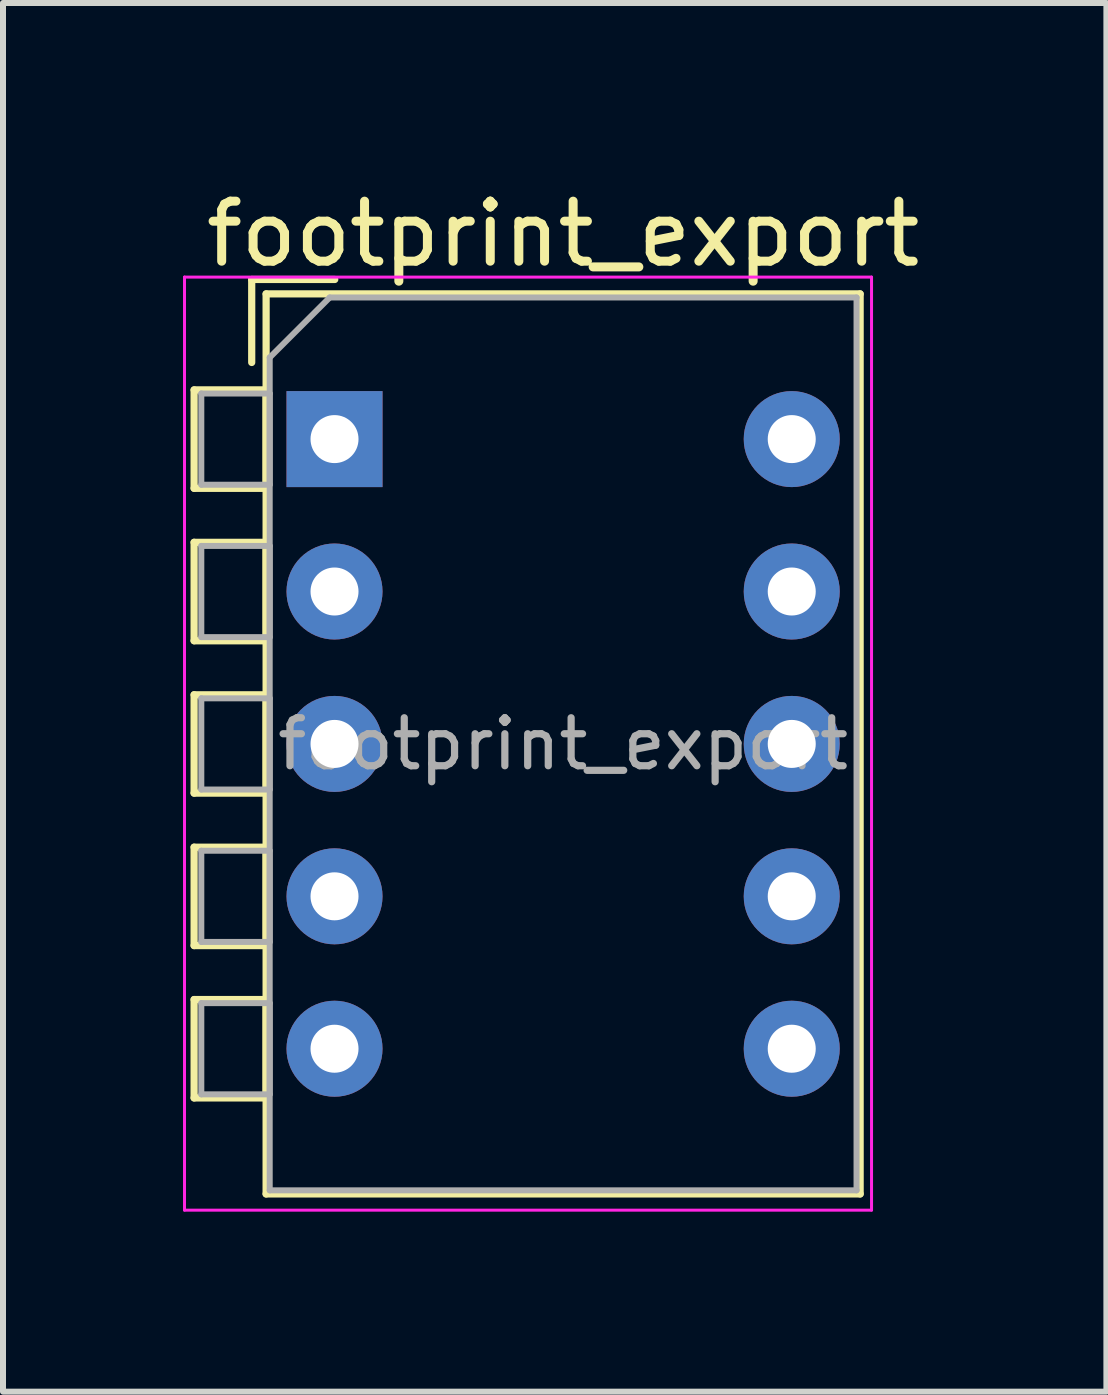
<source format=kicad_pcb>
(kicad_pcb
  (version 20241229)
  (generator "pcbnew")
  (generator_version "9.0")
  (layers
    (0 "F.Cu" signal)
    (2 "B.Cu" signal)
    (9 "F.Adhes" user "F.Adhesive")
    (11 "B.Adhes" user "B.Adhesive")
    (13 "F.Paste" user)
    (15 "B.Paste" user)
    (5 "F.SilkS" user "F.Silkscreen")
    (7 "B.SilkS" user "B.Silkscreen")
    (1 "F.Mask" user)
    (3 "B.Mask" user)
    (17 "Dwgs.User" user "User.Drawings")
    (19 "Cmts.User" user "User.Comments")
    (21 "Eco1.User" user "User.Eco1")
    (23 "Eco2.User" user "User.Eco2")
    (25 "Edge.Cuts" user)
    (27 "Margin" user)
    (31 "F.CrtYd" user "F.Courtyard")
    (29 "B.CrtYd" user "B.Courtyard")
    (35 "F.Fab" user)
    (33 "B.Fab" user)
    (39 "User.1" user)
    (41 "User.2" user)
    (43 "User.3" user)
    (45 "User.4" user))
  (footprint "footprint_export"
    (layer "F.Cu")
    (at 2.525 4.268)
    (property "Reference" "footprint_export" (at 3.81 -3.42 0) (layer "F.SilkS") (effects (font (size 1 1) (thickness 0.15))))
    (attr through_hole)
    (fp_line (start -2.34 -0.82) (end -2.34 0.82) (stroke (width 0.12) (type solid)) (layer "F.SilkS"))
    (fp_line (start -2.34 -0.82) (end -1.14 -0.82) (stroke (width 0.12) (type solid)) (layer "F.SilkS"))
    (fp_line (start -2.34 0.82) (end -1.14 0.82) (stroke (width 0.12) (type solid)) (layer "F.SilkS"))
    (fp_line (start -2.34 1.72) (end -2.34 3.361) (stroke (width 0.12) (type solid)) (layer "F.SilkS"))
    (fp_line (start -2.34 1.72) (end -1.14 1.72) (stroke (width 0.12) (type solid)) (layer "F.SilkS"))
    (fp_line (start -2.34 3.361) (end -1.14 3.361) (stroke (width 0.12) (type solid)) (layer "F.SilkS"))
    (fp_line (start -2.34 4.261) (end -2.34 5.9) (stroke (width 0.12) (type solid)) (layer "F.SilkS"))
    (fp_line (start -2.34 4.261) (end -1.14 4.261) (stroke (width 0.12) (type solid)) (layer "F.SilkS"))
    (fp_line (start -2.34 5.9) (end -1.14 5.9) (stroke (width 0.12) (type solid)) (layer "F.SilkS"))
    (fp_line (start -2.34 6.801) (end -2.34 8.441) (stroke (width 0.12) (type solid)) (layer "F.SilkS"))
    (fp_line (start -2.34 6.801) (end -1.14 6.801) (stroke (width 0.12) (type solid)) (layer "F.SilkS"))
    (fp_line (start -2.34 8.441) (end -1.14 8.441) (stroke (width 0.12) (type solid)) (layer "F.SilkS"))
    (fp_line (start -2.34 9.34) (end -2.34 10.98) (stroke (width 0.12) (type solid)) (layer "F.SilkS"))
    (fp_line (start -2.34 9.34) (end -1.14 9.34) (stroke (width 0.12) (type solid)) (layer "F.SilkS"))
    (fp_line (start -2.34 10.98) (end -1.14 10.98) (stroke (width 0.12) (type solid)) (layer "F.SilkS"))
    (fp_line (start -1.38 -2.66) (end -1.38 -1.277) (stroke (width 0.12) (type solid)) (layer "F.SilkS"))
    (fp_line (start -1.38 -2.66) (end 0.004 -2.66) (stroke (width 0.12) (type solid)) (layer "F.SilkS"))
    (fp_line (start -1.14 -2.42) (end -1.14 12.58) (stroke (width 0.12) (type solid)) (layer "F.SilkS"))
    (fp_line (start -1.14 -2.42) (end 8.76 -2.42) (stroke (width 0.12) (type solid)) (layer "F.SilkS"))
    (fp_line (start -1.14 -0.82) (end -1.14 0.82) (stroke (width 0.12) (type solid)) (layer "F.SilkS"))
    (fp_line (start -1.14 1.72) (end -1.14 3.361) (stroke (width 0.12) (type solid)) (layer "F.SilkS"))
    (fp_line (start -1.14 4.261) (end -1.14 5.9) (stroke (width 0.12) (type solid)) (layer "F.SilkS"))
    (fp_line (start -1.14 6.801) (end -1.14 8.441) (stroke (width 0.12) (type solid)) (layer "F.SilkS"))
    (fp_line (start -1.14 9.34) (end -1.14 10.98) (stroke (width 0.12) (type solid)) (layer "F.SilkS"))
    (fp_line (start -1.14 12.58) (end 8.76 12.58) (stroke (width 0.12) (type solid)) (layer "F.SilkS"))
    (fp_line (start 8.76 -2.42) (end 8.76 12.58) (stroke (width 0.12) (type solid)) (layer "F.SilkS"))
    (fp_line (start -2.5 -2.7) (end -2.5 12.85) (stroke (width 0.05) (type solid)) (layer "F.CrtYd"))
    (fp_line (start -2.5 12.85) (end 8.95 12.85) (stroke (width 0.05) (type solid)) (layer "F.CrtYd"))
    (fp_line (start 8.95 -2.7) (end -2.5 -2.7) (stroke (width 0.05) (type solid)) (layer "F.CrtYd"))
    (fp_line (start 8.95 12.85) (end 8.95 -2.7) (stroke (width 0.05) (type solid)) (layer "F.CrtYd"))
    (fp_line (start -2.22 -0.76) (end -1.08 -0.76) (stroke (width 0.1) (type solid)) (layer "F.Fab"))
    (fp_line (start -2.22 0.76) (end -2.22 -0.76) (stroke (width 0.1) (type solid)) (layer "F.Fab"))
    (fp_line (start -2.22 1.78) (end -1.08 1.78) (stroke (width 0.1) (type solid)) (layer "F.Fab"))
    (fp_line (start -2.22 3.3) (end -2.22 1.78) (stroke (width 0.1) (type solid)) (layer "F.Fab"))
    (fp_line (start -2.22 4.32) (end -1.08 4.32) (stroke (width 0.1) (type solid)) (layer "F.Fab"))
    (fp_line (start -2.22 5.84) (end -2.22 4.32) (stroke (width 0.1) (type solid)) (layer "F.Fab"))
    (fp_line (start -2.22 6.86) (end -1.08 6.86) (stroke (width 0.1) (type solid)) (layer "F.Fab"))
    (fp_line (start -2.22 8.38) (end -2.22 6.86) (stroke (width 0.1) (type solid)) (layer "F.Fab"))
    (fp_line (start -2.22 9.4) (end -1.08 9.4) (stroke (width 0.1) (type solid)) (layer "F.Fab"))
    (fp_line (start -2.22 10.92) (end -2.22 9.4) (stroke (width 0.1) (type solid)) (layer "F.Fab"))
    (fp_line (start -1.08 -1.36) (end -0.08 -2.36) (stroke (width 0.1) (type solid)) (layer "F.Fab"))
    (fp_line (start -1.08 -0.76) (end -1.08 0.76) (stroke (width 0.1) (type solid)) (layer "F.Fab"))
    (fp_line (start -1.08 0.76) (end -2.22 0.76) (stroke (width 0.1) (type solid)) (layer "F.Fab"))
    (fp_line (start -1.08 1.78) (end -1.08 3.3) (stroke (width 0.1) (type solid)) (layer "F.Fab"))
    (fp_line (start -1.08 3.3) (end -2.22 3.3) (stroke (width 0.1) (type solid)) (layer "F.Fab"))
    (fp_line (start -1.08 4.32) (end -1.08 5.84) (stroke (width 0.1) (type solid)) (layer "F.Fab"))
    (fp_line (start -1.08 5.84) (end -2.22 5.84) (stroke (width 0.1) (type solid)) (layer "F.Fab"))
    (fp_line (start -1.08 6.86) (end -1.08 8.38) (stroke (width 0.1) (type solid)) (layer "F.Fab"))
    (fp_line (start -1.08 8.38) (end -2.22 8.38) (stroke (width 0.1) (type solid)) (layer "F.Fab"))
    (fp_line (start -1.08 9.4) (end -1.08 10.92) (stroke (width 0.1) (type solid)) (layer "F.Fab"))
    (fp_line (start -1.08 10.92) (end -2.22 10.92) (stroke (width 0.1) (type solid)) (layer "F.Fab"))
    (fp_line (start -1.08 12.52) (end -1.08 -1.36) (stroke (width 0.1) (type solid)) (layer "F.Fab"))
    (fp_line (start -0.08 -2.36) (end 8.7 -2.36) (stroke (width 0.1) (type solid)) (layer "F.Fab"))
    (fp_line (start 8.7 -2.36) (end 8.7 12.52) (stroke (width 0.1) (type solid)) (layer "F.Fab"))
    (fp_line (start 8.7 12.52) (end -1.08 12.52) (stroke (width 0.1) (type solid)) (layer "F.Fab"))
    (fp_text user "${REFERENCE}" (at 3.81 5.08 0) (layer "F.Fab") (effects (font (size 0.8 0.8) (thickness 0.12))))
    (pad "1" thru_hole rect (at 0 0) (size 1.6 1.6) (drill 0.8) (layers "*.Cu" "*.Mask"))
    (pad "2" thru_hole oval (at 0 2.54) (size 1.6 1.6) (drill 0.8) (layers "*.Cu" "*.Mask"))
    (pad "3" thru_hole oval (at 0 5.08) (size 1.6 1.6) (drill 0.8) (layers "*.Cu" "*.Mask"))
    (pad "4" thru_hole oval (at 0 7.62) (size 1.6 1.6) (drill 0.8) (layers "*.Cu" "*.Mask"))
    (pad "5" thru_hole oval (at 0 10.16) (size 1.6 1.6) (drill 0.8) (layers "*.Cu" "*.Mask"))
    (pad "6" thru_hole oval (at 7.62 10.16) (size 1.6 1.6) (drill 0.8) (layers "*.Cu" "*.Mask"))
    (pad "7" thru_hole oval (at 7.62 7.62) (size 1.6 1.6) (drill 0.8) (layers "*.Cu" "*.Mask"))
    (pad "8" thru_hole oval (at 7.62 5.08) (size 1.6 1.6) (drill 0.8) (layers "*.Cu" "*.Mask"))
    (pad "9" thru_hole oval (at 7.62 2.54) (size 1.6 1.6) (drill 0.8) (layers "*.Cu" "*.Mask"))
    (pad "10" thru_hole oval (at 7.62 0) (size 1.6 1.6) (drill 0.8) (layers "*.Cu" "*.Mask")))
  (gr_rect
    (start -3 -3)
    (end 15.389 20.143)
    (stroke (width 0.1) (type default))
    (fill no)
    (layer "Edge.Cuts")))
</source>
